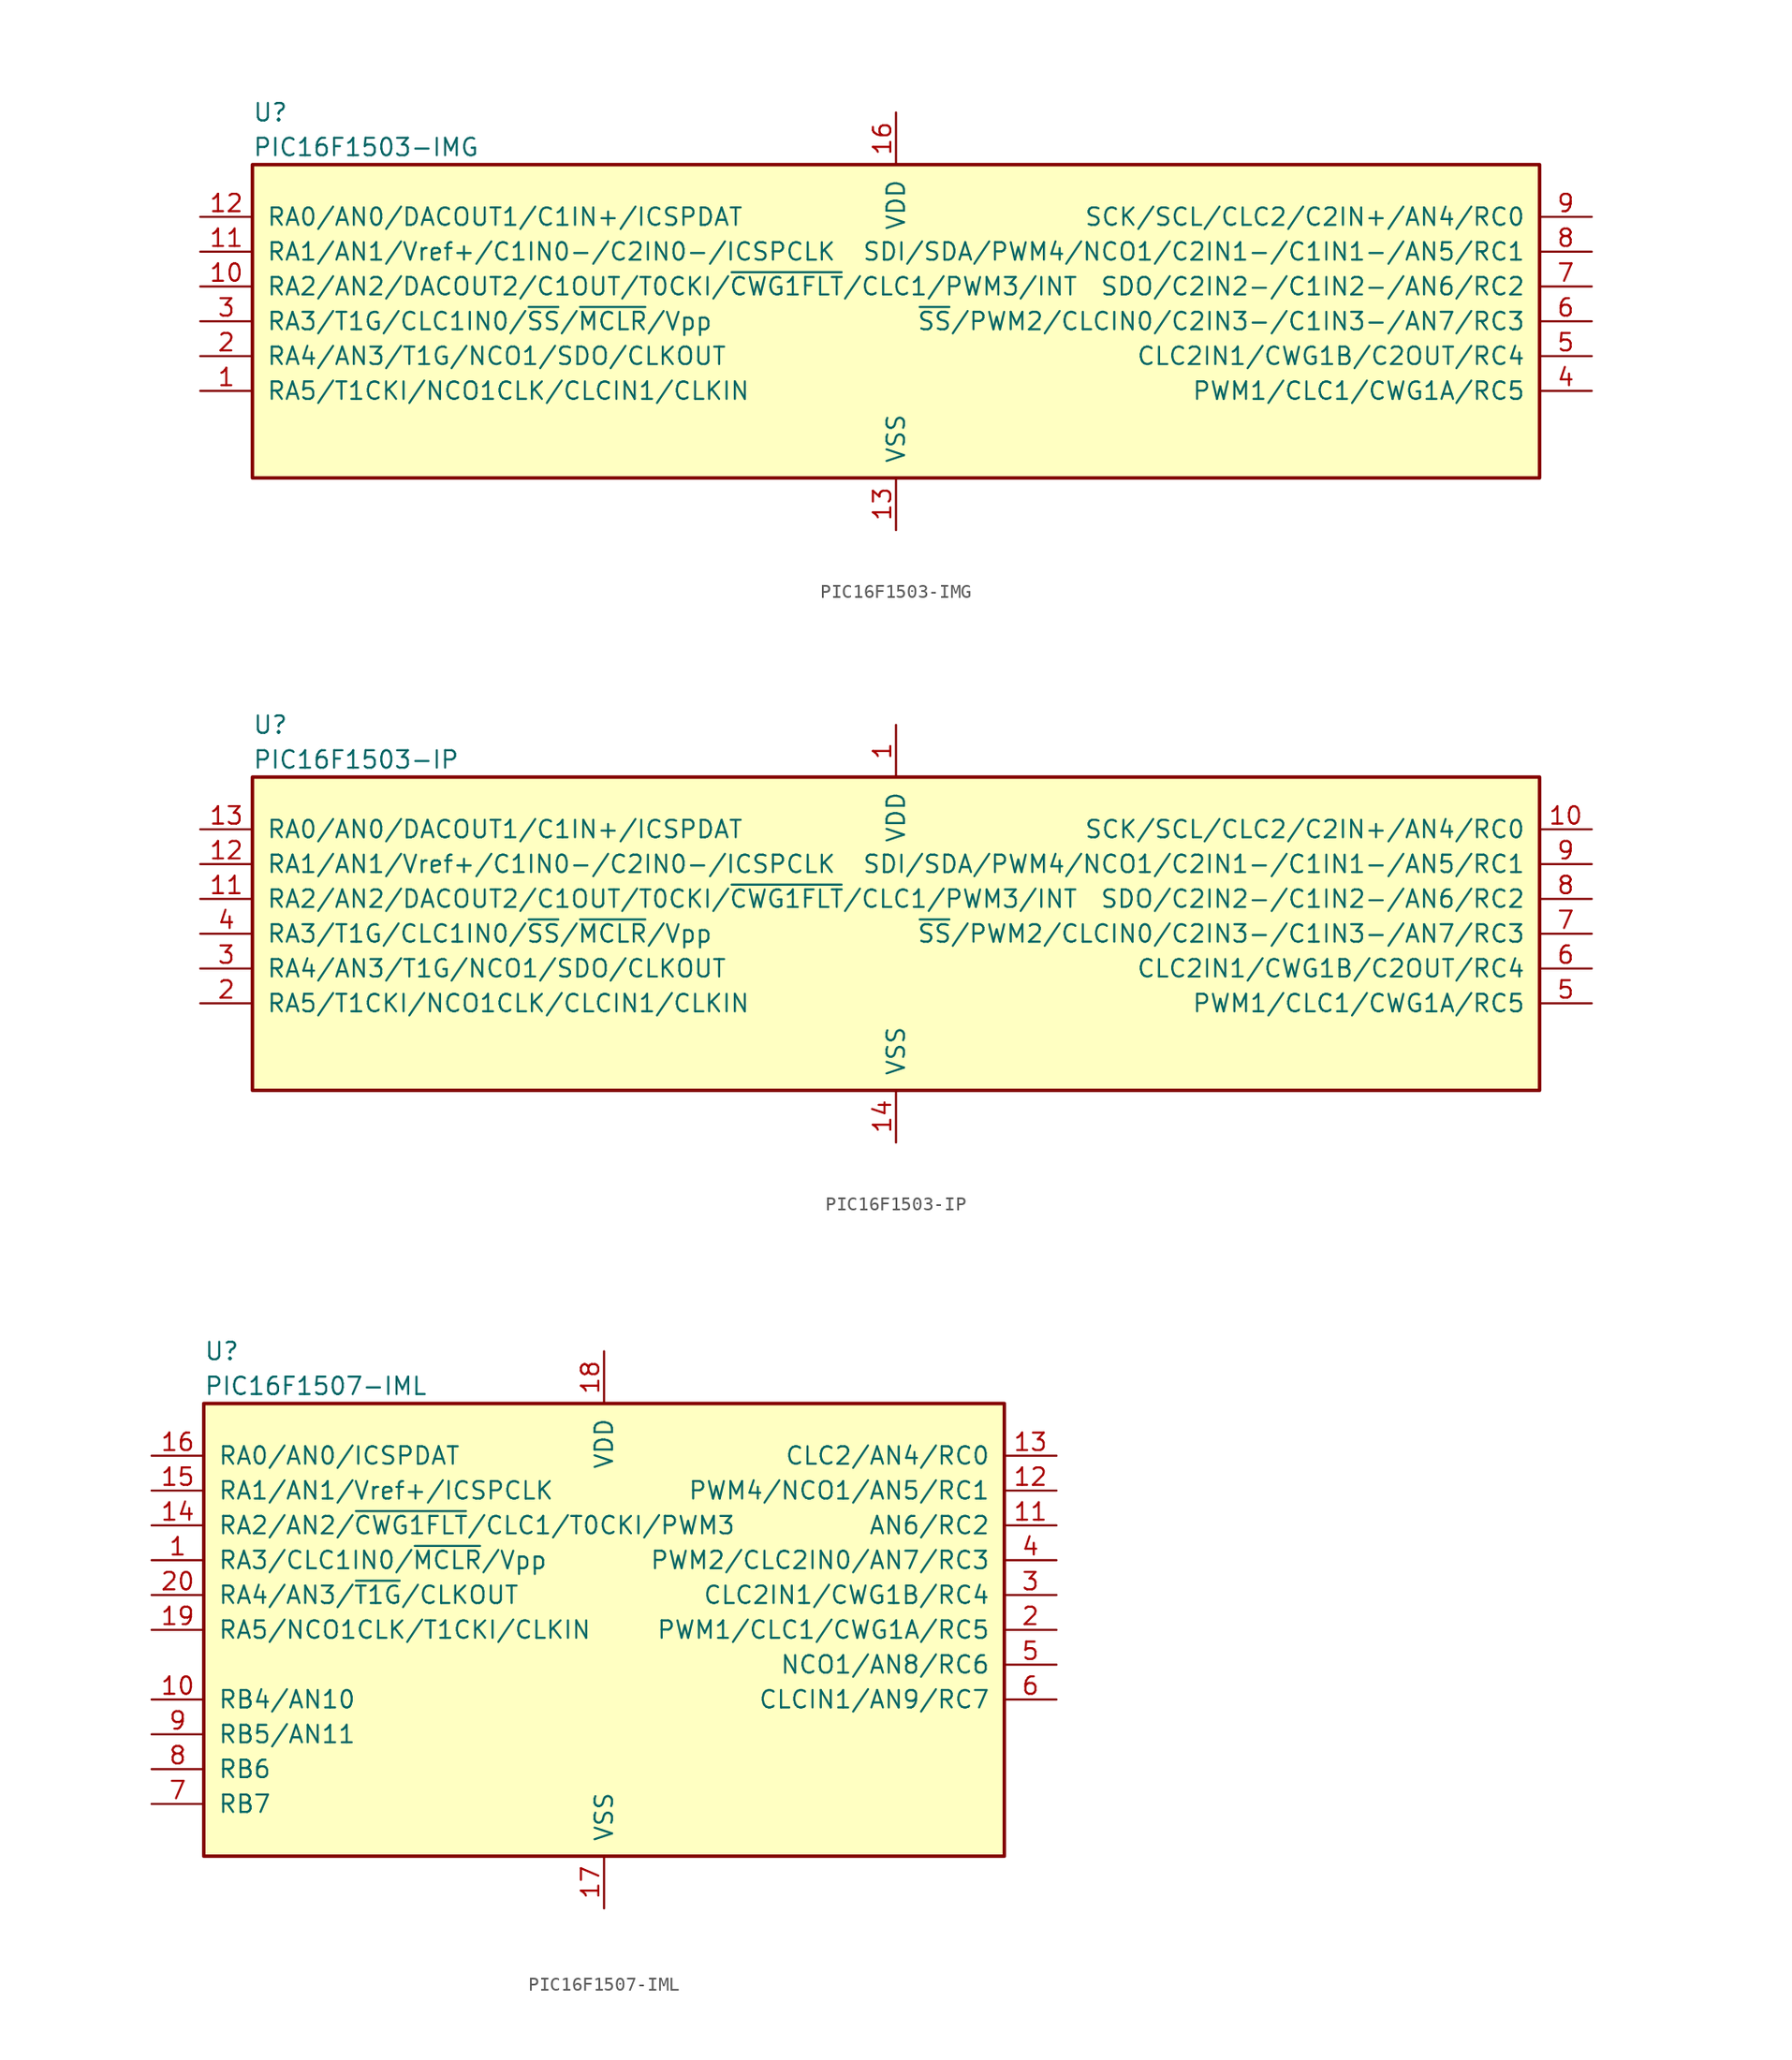
<source format=kicad_sym>
(kicad_symbol_lib
  (version 20201005)
  (generator kicad_symbol_editor)
  (symbol "MCU_Microchip_PIC16:PIC16F1503-IMG"
    (pin_names
      (offset 1.016))
    (property "Reference" "U"
      (at -46.99 15.24 0)
      (effects (font (size 1.27 1.27)) (justify left)))
    (property "Value" "PIC16F1503-IMG"
      (at -46.99 12.7 0)
      (effects (font (size 1.27 1.27)) (justify left)))
    (symbol "PIC16F1503-IMG_0_1"
      (rectangle (start -46.99 11.43) (end 46.99 -11.43) (stroke (width 0.254)) (fill (type background))))
    (symbol "PIC16F1503-IMG_1_1"
      (pin bidirectional line (at -50.8 -5.08 0) (length 3.81) (name "RA5/T1CKI/NCO1CLK/CLCIN1/CLKIN" (effects (font (size 1.27 1.27)))) (number "1" (effects (font (size 1.27 1.27)))))
      (pin bidirectional line (at -50.8 2.54 0) (length 3.81) (name "RA2/AN2/DACOUT2/C1OUT/T0CKI/~CWG1FLT~/CLC1/PWM3/INT" (effects (font (size 1.27 1.27)))) (number "10" (effects (font (size 1.27 1.27)))))
      (pin bidirectional line (at -50.8 5.08 0) (length 3.81) (name "RA1/AN1/Vref+/C1IN0-/C2IN0-/ICSPCLK" (effects (font (size 1.27 1.27)))) (number "11" (effects (font (size 1.27 1.27)))))
      (pin bidirectional line (at -50.8 7.62 0) (length 3.81) (name "RA0/AN0/DACOUT1/C1IN+/ICSPDAT" (effects (font (size 1.27 1.27)))) (number "12" (effects (font (size 1.27 1.27)))))
      (pin power_in line (at 0 -15.24 90) (length 3.81) (name "VSS" (effects (font (size 1.27 1.27)))) (number "13" (effects (font (size 1.27 1.27)))))
      (pin power_in line (at 0 15.24 270) (length 3.81) (name "VDD" (effects (font (size 1.27 1.27)))) (number "16" (effects (font (size 1.27 1.27)))))
      (pin bidirectional line (at -50.8 -2.54 0) (length 3.81) (name "RA4/AN3/T1G/NCO1/SDO/CLKOUT" (effects (font (size 1.27 1.27)))) (number "2" (effects (font (size 1.27 1.27)))))
      (pin input line (at -50.8 0 0) (length 3.81) (name "RA3/T1G/CLC1IN0/~SS~/~MCLR~/Vpp" (effects (font (size 1.27 1.27)))) (number "3" (effects (font (size 1.27 1.27)))))
      (pin bidirectional line (at 50.8 -5.08 180) (length 3.81) (name "PWM1/CLC1/CWG1A/RC5" (effects (font (size 1.27 1.27)))) (number "4" (effects (font (size 1.27 1.27)))))
      (pin bidirectional line (at 50.8 -2.54 180) (length 3.81) (name "CLC2IN1/CWG1B/C2OUT/RC4" (effects (font (size 1.27 1.27)))) (number "5" (effects (font (size 1.27 1.27)))))
      (pin bidirectional line (at 50.8 0 180) (length 3.81) (name "~SS~/PWM2/CLCIN0/C2IN3-/C1IN3-/AN7/RC3" (effects (font (size 1.27 1.27)))) (number "6" (effects (font (size 1.27 1.27)))))
      (pin bidirectional line (at 50.8 2.54 180) (length 3.81) (name "SDO/C2IN2-/C1IN2-/AN6/RC2" (effects (font (size 1.27 1.27)))) (number "7" (effects (font (size 1.27 1.27)))))
      (pin bidirectional line (at 50.8 5.08 180) (length 3.81) (name "SDI/SDA/PWM4/NCO1/C2IN1-/C1IN1-/AN5/RC1" (effects (font (size 1.27 1.27)))) (number "8" (effects (font (size 1.27 1.27)))))
      (pin bidirectional line (at 50.8 7.62 180) (length 3.81) (name "SCK/SCL/CLC2/C2IN+/AN4/RC0" (effects (font (size 1.27 1.27)))) (number "9" (effects (font (size 1.27 1.27)))))))
  (symbol "MCU_Microchip_PIC16:PIC16F1503-IP"
    (pin_names
      (offset 1.016))
    (property "Reference" "U"
      (at -46.99 15.24 0)
      (effects (font (size 1.27 1.27)) (justify left)))
    (property "Value" "PIC16F1503-IP"
      (at -46.99 12.7 0)
      (effects (font (size 1.27 1.27)) (justify left)))
    (symbol "PIC16F1503-IP_0_1"
      (rectangle (start -46.99 11.43) (end 46.99 -11.43) (stroke (width 0.254)) (fill (type background))))
    (symbol "PIC16F1503-IP_1_1"
      (pin power_in line (at 0 15.24 270) (length 3.81) (name "VDD" (effects (font (size 1.27 1.27)))) (number "1" (effects (font (size 1.27 1.27)))))
      (pin bidirectional line (at 50.8 7.62 180) (length 3.81) (name "SCK/SCL/CLC2/C2IN+/AN4/RC0" (effects (font (size 1.27 1.27)))) (number "10" (effects (font (size 1.27 1.27)))))
      (pin bidirectional line (at -50.8 2.54 0) (length 3.81) (name "RA2/AN2/DACOUT2/C1OUT/T0CKI/~CWG1FLT~/CLC1/PWM3/INT" (effects (font (size 1.27 1.27)))) (number "11" (effects (font (size 1.27 1.27)))))
      (pin bidirectional line (at -50.8 5.08 0) (length 3.81) (name "RA1/AN1/Vref+/C1IN0-/C2IN0-/ICSPCLK" (effects (font (size 1.27 1.27)))) (number "12" (effects (font (size 1.27 1.27)))))
      (pin bidirectional line (at -50.8 7.62 0) (length 3.81) (name "RA0/AN0/DACOUT1/C1IN+/ICSPDAT" (effects (font (size 1.27 1.27)))) (number "13" (effects (font (size 1.27 1.27)))))
      (pin power_in line (at 0 -15.24 90) (length 3.81) (name "VSS" (effects (font (size 1.27 1.27)))) (number "14" (effects (font (size 1.27 1.27)))))
      (pin bidirectional line (at -50.8 -5.08 0) (length 3.81) (name "RA5/T1CKI/NCO1CLK/CLCIN1/CLKIN" (effects (font (size 1.27 1.27)))) (number "2" (effects (font (size 1.27 1.27)))))
      (pin bidirectional line (at -50.8 -2.54 0) (length 3.81) (name "RA4/AN3/T1G/NCO1/SDO/CLKOUT" (effects (font (size 1.27 1.27)))) (number "3" (effects (font (size 1.27 1.27)))))
      (pin input line (at -50.8 0 0) (length 3.81) (name "RA3/T1G/CLC1IN0/~SS~/~MCLR~/Vpp" (effects (font (size 1.27 1.27)))) (number "4" (effects (font (size 1.27 1.27)))))
      (pin bidirectional line (at 50.8 -5.08 180) (length 3.81) (name "PWM1/CLC1/CWG1A/RC5" (effects (font (size 1.27 1.27)))) (number "5" (effects (font (size 1.27 1.27)))))
      (pin bidirectional line (at 50.8 -2.54 180) (length 3.81) (name "CLC2IN1/CWG1B/C2OUT/RC4" (effects (font (size 1.27 1.27)))) (number "6" (effects (font (size 1.27 1.27)))))
      (pin bidirectional line (at 50.8 0 180) (length 3.81) (name "~SS~/PWM2/CLCIN0/C2IN3-/C1IN3-/AN7/RC3" (effects (font (size 1.27 1.27)))) (number "7" (effects (font (size 1.27 1.27)))))
      (pin bidirectional line (at 50.8 2.54 180) (length 3.81) (name "SDO/C2IN2-/C1IN2-/AN6/RC2" (effects (font (size 1.27 1.27)))) (number "8" (effects (font (size 1.27 1.27)))))
      (pin bidirectional line (at 50.8 5.08 180) (length 3.81) (name "SDI/SDA/PWM4/NCO1/C2IN1-/C1IN1-/AN5/RC1" (effects (font (size 1.27 1.27)))) (number "9" (effects (font (size 1.27 1.27)))))))
  (symbol "MCU_Microchip_PIC16:PIC16F1507-IML"
    (pin_names
      (offset 1.016))
    (property "Reference" "U"
      (at -29.21 20.32 0)
      (effects (font (size 1.27 1.27)) (justify left)))
    (property "Value" "PIC16F1507-IML"
      (at -29.21 17.78 0)
      (effects (font (size 1.27 1.27)) (justify left)))
    (symbol "PIC16F1507-IML_0_1"
      (rectangle (start -29.21 16.51) (end 29.21 -16.51) (stroke (width 0.254)) (fill (type background))))
    (symbol "PIC16F1507-IML_1_1"
      (pin input line (at -33.02 5.08 0) (length 3.81) (name "RA3/CLC1IN0/~MCLR~/Vpp" (effects (font (size 1.27 1.27)))) (number "1" (effects (font (size 1.27 1.27)))))
      (pin bidirectional line (at -33.02 -5.08 0) (length 3.81) (name "RB4/AN10" (effects (font (size 1.27 1.27)))) (number "10" (effects (font (size 1.27 1.27)))))
      (pin bidirectional line (at 33.02 7.62 180) (length 3.81) (name "AN6/RC2" (effects (font (size 1.27 1.27)))) (number "11" (effects (font (size 1.27 1.27)))))
      (pin bidirectional line (at 33.02 10.16 180) (length 3.81) (name "PWM4/NCO1/AN5/RC1" (effects (font (size 1.27 1.27)))) (number "12" (effects (font (size 1.27 1.27)))))
      (pin bidirectional line (at 33.02 12.7 180) (length 3.81) (name "CLC2/AN4/RC0" (effects (font (size 1.27 1.27)))) (number "13" (effects (font (size 1.27 1.27)))))
      (pin bidirectional line (at -33.02 7.62 0) (length 3.81) (name "RA2/AN2/~CWG1FLT~/CLC1/T0CKI/PWM3" (effects (font (size 1.27 1.27)))) (number "14" (effects (font (size 1.27 1.27)))))
      (pin bidirectional line (at -33.02 10.16 0) (length 3.81) (name "RA1/AN1/Vref+/ICSPCLK" (effects (font (size 1.27 1.27)))) (number "15" (effects (font (size 1.27 1.27)))))
      (pin bidirectional line (at -33.02 12.7 0) (length 3.81) (name "RA0/AN0/ICSPDAT" (effects (font (size 1.27 1.27)))) (number "16" (effects (font (size 1.27 1.27)))))
      (pin power_in line (at 0 -20.32 90) (length 3.81) (name "VSS" (effects (font (size 1.27 1.27)))) (number "17" (effects (font (size 1.27 1.27)))))
      (pin power_in line (at 0 20.32 270) (length 3.81) (name "VDD" (effects (font (size 1.27 1.27)))) (number "18" (effects (font (size 1.27 1.27)))))
      (pin bidirectional line (at -33.02 0 0) (length 3.81) (name "RA5/NCO1CLK/T1CKI/CLKIN" (effects (font (size 1.27 1.27)))) (number "19" (effects (font (size 1.27 1.27)))))
      (pin bidirectional line (at 33.02 0 180) (length 3.81) (name "PWM1/CLC1/CWG1A/RC5" (effects (font (size 1.27 1.27)))) (number "2" (effects (font (size 1.27 1.27)))))
      (pin bidirectional line (at -33.02 2.54 0) (length 3.81) (name "RA4/AN3/~T1G~/CLKOUT" (effects (font (size 1.27 1.27)))) (number "20" (effects (font (size 1.27 1.27)))))
      (pin bidirectional line (at 33.02 2.54 180) (length 3.81) (name "CLC2IN1/CWG1B/RC4" (effects (font (size 1.27 1.27)))) (number "3" (effects (font (size 1.27 1.27)))))
      (pin bidirectional line (at 33.02 5.08 180) (length 3.81) (name "PWM2/CLC2IN0/AN7/RC3" (effects (font (size 1.27 1.27)))) (number "4" (effects (font (size 1.27 1.27)))))
      (pin bidirectional line (at 33.02 -2.54 180) (length 3.81) (name "NCO1/AN8/RC6" (effects (font (size 1.27 1.27)))) (number "5" (effects (font (size 1.27 1.27)))))
      (pin bidirectional line (at 33.02 -5.08 180) (length 3.81) (name "CLCIN1/AN9/RC7" (effects (font (size 1.27 1.27)))) (number "6" (effects (font (size 1.27 1.27)))))
      (pin bidirectional line (at -33.02 -12.7 0) (length 3.81) (name "RB7" (effects (font (size 1.27 1.27)))) (number "7" (effects (font (size 1.27 1.27)))))
      (pin bidirectional line (at -33.02 -10.16 0) (length 3.81) (name "RB6" (effects (font (size 1.27 1.27)))) (number "8" (effects (font (size 1.27 1.27)))))
      (pin bidirectional line (at -33.02 -7.62 0) (length 3.81) (name "RB5/AN11" (effects (font (size 1.27 1.27)))) (number "9" (effects (font (size 1.27 1.27))))))))
</source>
